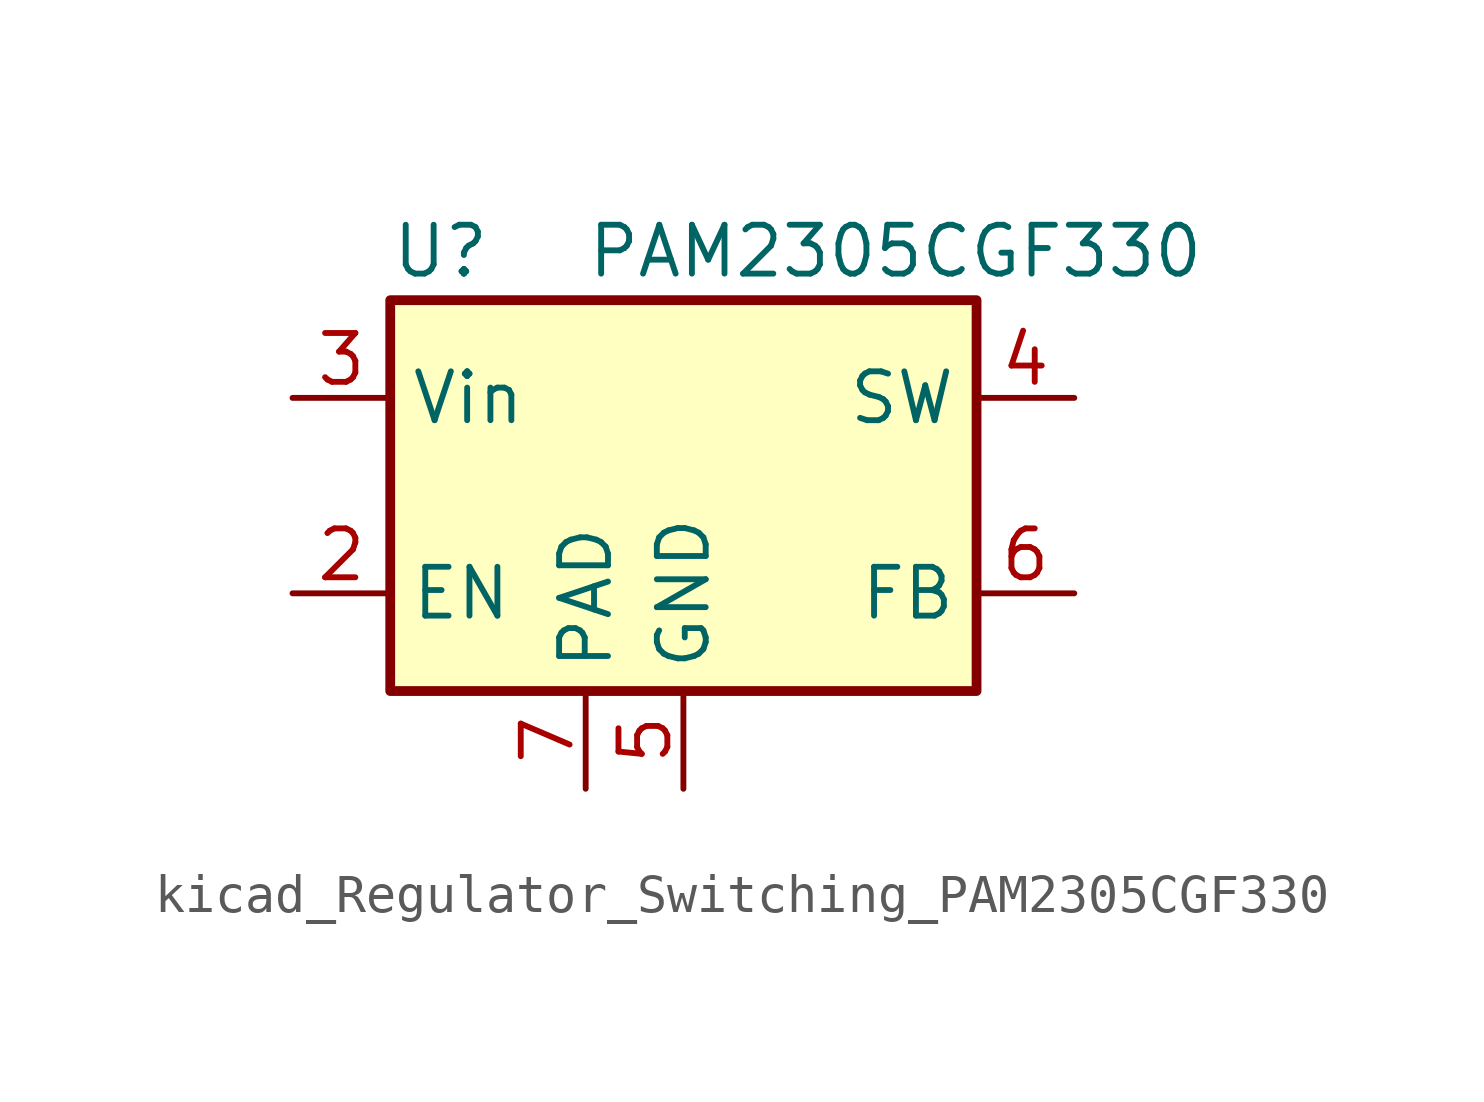
<source format=kicad_sym>
(kicad_symbol_lib
  (version 20220914)
  (generator kicad_symbol_editor)
  (symbol "kicad_Regulator_Switching_PAM2305CGF330"
    (property "Reference" "U"
      (at -7.62 6.35 0)
      (effects (font (size 1.27 1.27)) (justify left)))
    (property "Value" "PAM2305CGF330"
      (at -2.54 6.35 0)
      (effects (font (size 1.27 1.27)) (justify left)))
    (symbol "kicad_Regulator_Switching_PAM2305CGF330_0_1"
      (rectangle (start -7.62 5.08) (end 7.62 -5.08) (stroke (width 0.254) (type default)) (fill (type background))))
    (symbol "kicad_Regulator_Switching_PAM2305CGF330_1_1"
      (pin no_connect line (at -7.62 0 0) (length 2.54) hide (name "NC" (effects (font (size 1.27 1.27)))) (number "1" (effects (font (size 1.27 1.27)))))
      (pin input line (at -10.16 -2.54 0) (length 2.54) (name "EN" (effects (font (size 1.27 1.27)))) (number "2" (effects (font (size 1.27 1.27)))))
      (pin power_in line (at -10.16 2.54 0) (length 2.54) (name "Vin" (effects (font (size 1.27 1.27)))) (number "3" (effects (font (size 1.27 1.27)))))
      (pin output line (at 10.16 2.54 180) (length 2.54) (name "SW" (effects (font (size 1.27 1.27)))) (number "4" (effects (font (size 1.27 1.27)))))
      (pin power_in line (at 0 -7.62 90) (length 2.54) (name "GND" (effects (font (size 1.27 1.27)))) (number "5" (effects (font (size 1.27 1.27)))))
      (pin input line (at 10.16 -2.54 180) (length 2.54) (name "FB" (effects (font (size 1.27 1.27)))) (number "6" (effects (font (size 1.27 1.27)))))
      (pin passive line (at -2.54 -7.62 90) (length 2.54) (name "PAD" (effects (font (size 1.27 1.27)))) (number "7" (effects (font (size 1.27 1.27))))))))
</source>
